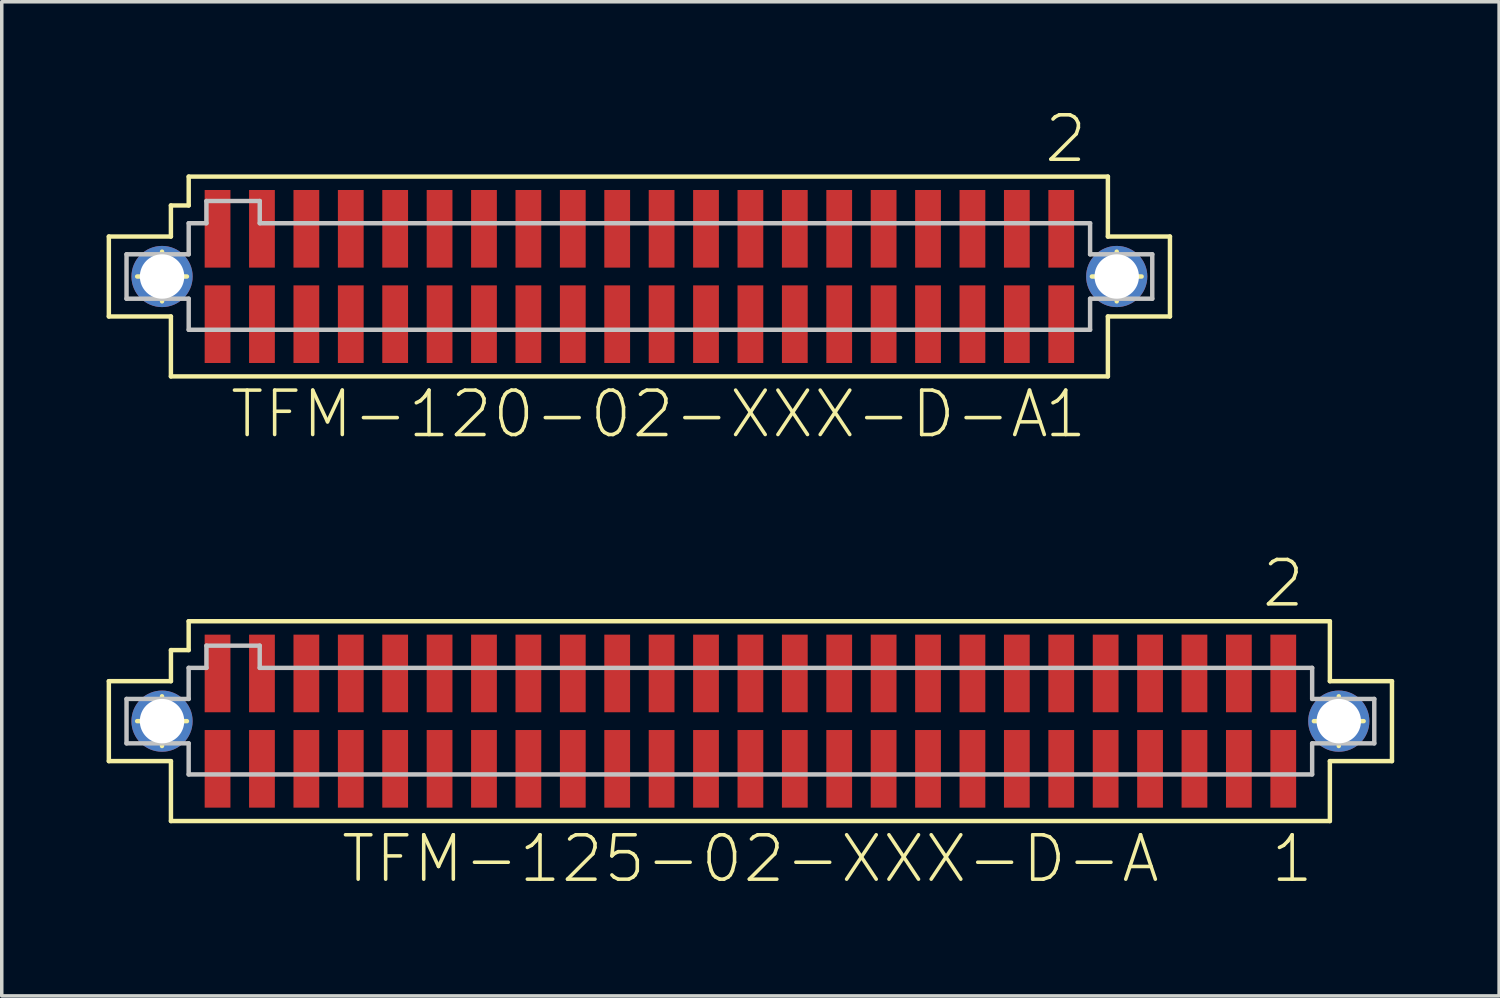
<source format=kicad_pcb>
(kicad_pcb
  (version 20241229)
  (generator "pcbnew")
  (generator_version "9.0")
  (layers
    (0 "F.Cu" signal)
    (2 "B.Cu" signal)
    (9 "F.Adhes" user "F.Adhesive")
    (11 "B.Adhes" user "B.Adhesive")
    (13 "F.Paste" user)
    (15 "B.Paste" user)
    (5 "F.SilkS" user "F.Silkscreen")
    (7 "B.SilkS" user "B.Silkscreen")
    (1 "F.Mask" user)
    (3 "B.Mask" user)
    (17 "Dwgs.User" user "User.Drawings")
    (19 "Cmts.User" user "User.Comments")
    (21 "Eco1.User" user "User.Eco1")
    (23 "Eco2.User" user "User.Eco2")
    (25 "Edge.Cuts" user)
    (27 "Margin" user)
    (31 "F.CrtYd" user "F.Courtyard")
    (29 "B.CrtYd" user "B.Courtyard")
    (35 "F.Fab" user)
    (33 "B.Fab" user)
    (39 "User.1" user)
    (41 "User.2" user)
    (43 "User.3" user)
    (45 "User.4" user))
  (footprint "TFM-125-02-XXX-D-A"
    (layer "F.Cu")
    (at 18.412 17.575)
    (property "Reference" "TFM-125-02-XXX-D-A" (at 0 3.937 0) (layer "F.SilkS") (effects (font (size 1.27 1.27) (thickness 0.102))))
    (attr smd)
    (fp_line (start -18.349 -1.143) (end -16.573 -1.143) (stroke (width 0.127) (type solid)) (layer "F.SilkS"))
    (fp_line (start -18.349 1.143) (end -18.349 -1.143) (stroke (width 0.127) (type solid)) (layer "F.SilkS"))
    (fp_line (start -17.539 0) (end -16.116 0) (stroke (width 0.127) (type solid)) (layer "F.SilkS"))
    (fp_line (start -16.828 0.711) (end -16.828 -0.711) (stroke (width 0.127) (type solid)) (layer "F.SilkS"))
    (fp_line (start -16.573 -2.032) (end -16.066 -2.032) (stroke (width 0.127) (type solid)) (layer "F.SilkS"))
    (fp_line (start -16.573 -1.143) (end -16.573 -2.032) (stroke (width 0.127) (type solid)) (layer "F.SilkS"))
    (fp_line (start -16.573 1.143) (end -18.349 1.143) (stroke (width 0.127) (type solid)) (layer "F.SilkS"))
    (fp_line (start -16.573 2.857) (end -16.573 1.143) (stroke (width 0.127) (type solid)) (layer "F.SilkS"))
    (fp_line (start -16.066 -2.857) (end 16.573 -2.857) (stroke (width 0.127) (type solid)) (layer "F.SilkS"))
    (fp_line (start -16.066 -2.032) (end -16.066 -2.857) (stroke (width 0.127) (type solid)) (layer "F.SilkS"))
    (fp_line (start 16.116 0) (end 17.539 0) (stroke (width 0.127) (type solid)) (layer "F.SilkS"))
    (fp_line (start 16.573 -2.857) (end 16.573 -1.143) (stroke (width 0.127) (type solid)) (layer "F.SilkS"))
    (fp_line (start 16.573 -1.143) (end 18.349 -1.143) (stroke (width 0.127) (type solid)) (layer "F.SilkS"))
    (fp_line (start 16.573 1.143) (end 16.573 2.857) (stroke (width 0.127) (type solid)) (layer "F.SilkS"))
    (fp_line (start 16.573 2.857) (end -16.573 2.857) (stroke (width 0.127) (type solid)) (layer "F.SilkS"))
    (fp_line (start 16.828 0.711) (end 16.828 -0.711) (stroke (width 0.127) (type solid)) (layer "F.SilkS"))
    (fp_line (start 18.349 -1.143) (end 18.349 1.143) (stroke (width 0.127) (type solid)) (layer "F.SilkS"))
    (fp_line (start 18.349 1.143) (end 16.573 1.143) (stroke (width 0.127) (type solid)) (layer "F.SilkS"))
    (fp_circle (center -16.828 0) (end -17.183 0.356) (stroke (width 0.127) (type solid)) (fill no) (layer "F.SilkS"))
    (fp_circle (center 16.828 0) (end 17.183 0.356) (stroke (width 0.127) (type solid)) (fill no) (layer "F.SilkS"))
    (fp_line (start -17.843 -0.635) (end -16.066 -0.635) (stroke (width 0.127) (type solid)) (layer "Dwgs.User"))
    (fp_line (start -17.843 0.635) (end -17.843 -0.635) (stroke (width 0.127) (type solid)) (layer "Dwgs.User"))
    (fp_line (start -16.066 -1.524) (end -15.557 -1.524) (stroke (width 0.127) (type solid)) (layer "Dwgs.User"))
    (fp_line (start -16.066 -0.635) (end -16.066 -1.524) (stroke (width 0.127) (type solid)) (layer "Dwgs.User"))
    (fp_line (start -16.066 0.635) (end -17.843 0.635) (stroke (width 0.127) (type solid)) (layer "Dwgs.User"))
    (fp_line (start -16.066 1.524) (end -16.066 0.635) (stroke (width 0.127) (type solid)) (layer "Dwgs.User"))
    (fp_line (start -15.557 -2.159) (end -14.034 -2.159) (stroke (width 0.127) (type solid)) (layer "Dwgs.User"))
    (fp_line (start -15.557 -1.524) (end -15.557 -2.159) (stroke (width 0.127) (type solid)) (layer "Dwgs.User"))
    (fp_line (start -14.034 -2.159) (end -14.034 -1.524) (stroke (width 0.127) (type solid)) (layer "Dwgs.User"))
    (fp_line (start -14.034 -1.524) (end 16.066 -1.524) (stroke (width 0.127) (type solid)) (layer "Dwgs.User"))
    (fp_line (start 16.066 -1.524) (end 16.066 -0.635) (stroke (width 0.127) (type solid)) (layer "Dwgs.User"))
    (fp_line (start 16.066 -0.635) (end 17.843 -0.635) (stroke (width 0.127) (type solid)) (layer "Dwgs.User"))
    (fp_line (start 16.066 0.635) (end 16.066 1.524) (stroke (width 0.127) (type solid)) (layer "Dwgs.User"))
    (fp_line (start 16.066 1.524) (end -16.066 1.524) (stroke (width 0.127) (type solid)) (layer "Dwgs.User"))
    (fp_line (start 17.843 -0.635) (end 17.843 0.635) (stroke (width 0.127) (type solid)) (layer "Dwgs.User"))
    (fp_line (start 17.843 0.635) (end 16.066 0.635) (stroke (width 0.127) (type solid)) (layer "Dwgs.User"))
    (fp_text user "2" (at 15.24 -3.937 0) (layer "F.SilkS") (effects (font (size 1.27 1.27) (thickness 0.102))))
    (fp_text user "1" (at 15.494 3.937 0) (layer "F.SilkS") (effects (font (size 1.27 1.27) (thickness 0.102))))
    (pad "" np_thru_hole circle (at -16.828 0) (size 1.75 1.75) (drill 1.27) (layers "*.Cu" "*.Mask"))
    (pad "" np_thru_hole circle (at 16.828 0) (size 1.75 1.75) (drill 1.27) (layers "*.Cu" "*.Mask"))
    (pad "1" smd rect (at 15.24 1.364) (size 0.737 2.22) (layers "F.Cu" "F.Mask" "F.Paste"))
    (pad "2" smd rect (at 15.24 -1.364) (size 0.737 2.22) (layers "F.Cu" "F.Mask" "F.Paste"))
    (pad "3" smd rect (at 13.97 1.364) (size 0.737 2.22) (layers "F.Cu" "F.Mask" "F.Paste"))
    (pad "4" smd rect (at 13.97 -1.364) (size 0.737 2.22) (layers "F.Cu" "F.Mask" "F.Paste"))
    (pad "5" smd rect (at 12.7 1.364) (size 0.737 2.22) (layers "F.Cu" "F.Mask" "F.Paste"))
    (pad "6" smd rect (at 12.7 -1.364) (size 0.737 2.22) (layers "F.Cu" "F.Mask" "F.Paste"))
    (pad "7" smd rect (at 11.43 1.364) (size 0.737 2.22) (layers "F.Cu" "F.Mask" "F.Paste"))
    (pad "8" smd rect (at 11.43 -1.364) (size 0.737 2.22) (layers "F.Cu" "F.Mask" "F.Paste"))
    (pad "9" smd rect (at 10.16 1.364) (size 0.737 2.22) (layers "F.Cu" "F.Mask" "F.Paste"))
    (pad "10" smd rect (at 10.16 -1.364) (size 0.737 2.22) (layers "F.Cu" "F.Mask" "F.Paste"))
    (pad "11" smd rect (at 8.89 1.364) (size 0.737 2.22) (layers "F.Cu" "F.Mask" "F.Paste"))
    (pad "12" smd rect (at 8.89 -1.364) (size 0.737 2.22) (layers "F.Cu" "F.Mask" "F.Paste"))
    (pad "13" smd rect (at 7.62 1.364) (size 0.737 2.22) (layers "F.Cu" "F.Mask" "F.Paste"))
    (pad "14" smd rect (at 7.62 -1.364) (size 0.737 2.22) (layers "F.Cu" "F.Mask" "F.Paste"))
    (pad "15" smd rect (at 6.35 1.364) (size 0.737 2.22) (layers "F.Cu" "F.Mask" "F.Paste"))
    (pad "16" smd rect (at 6.35 -1.364) (size 0.737 2.22) (layers "F.Cu" "F.Mask" "F.Paste"))
    (pad "17" smd rect (at 5.08 1.364) (size 0.737 2.22) (layers "F.Cu" "F.Mask" "F.Paste"))
    (pad "18" smd rect (at 5.08 -1.364) (size 0.737 2.22) (layers "F.Cu" "F.Mask" "F.Paste"))
    (pad "19" smd rect (at 3.81 1.364) (size 0.737 2.22) (layers "F.Cu" "F.Mask" "F.Paste"))
    (pad "20" smd rect (at 3.81 -1.364) (size 0.737 2.22) (layers "F.Cu" "F.Mask" "F.Paste"))
    (pad "21" smd rect (at 2.54 1.364) (size 0.737 2.22) (layers "F.Cu" "F.Mask" "F.Paste"))
    (pad "22" smd rect (at 2.54 -1.364) (size 0.737 2.22) (layers "F.Cu" "F.Mask" "F.Paste"))
    (pad "23" smd rect (at 1.27 1.364) (size 0.737 2.22) (layers "F.Cu" "F.Mask" "F.Paste"))
    (pad "24" smd rect (at 1.27 -1.364) (size 0.737 2.22) (layers "F.Cu" "F.Mask" "F.Paste"))
    (pad "25" smd rect (at 0 1.364) (size 0.737 2.22) (layers "F.Cu" "F.Mask" "F.Paste"))
    (pad "26" smd rect (at 0 -1.364) (size 0.737 2.22) (layers "F.Cu" "F.Mask" "F.Paste"))
    (pad "27" smd rect (at -1.27 1.364) (size 0.737 2.22) (layers "F.Cu" "F.Mask" "F.Paste"))
    (pad "28" smd rect (at -1.27 -1.364) (size 0.737 2.22) (layers "F.Cu" "F.Mask" "F.Paste"))
    (pad "29" smd rect (at -2.54 1.364) (size 0.737 2.22) (layers "F.Cu" "F.Mask" "F.Paste"))
    (pad "30" smd rect (at -2.54 -1.364) (size 0.737 2.22) (layers "F.Cu" "F.Mask" "F.Paste"))
    (pad "31" smd rect (at -3.81 1.364) (size 0.737 2.22) (layers "F.Cu" "F.Mask" "F.Paste"))
    (pad "32" smd rect (at -3.81 -1.364) (size 0.737 2.22) (layers "F.Cu" "F.Mask" "F.Paste"))
    (pad "33" smd rect (at -5.08 1.364) (size 0.737 2.22) (layers "F.Cu" "F.Mask" "F.Paste"))
    (pad "34" smd rect (at -5.08 -1.364) (size 0.737 2.22) (layers "F.Cu" "F.Mask" "F.Paste"))
    (pad "35" smd rect (at -6.35 1.364) (size 0.737 2.22) (layers "F.Cu" "F.Mask" "F.Paste"))
    (pad "36" smd rect (at -6.35 -1.364) (size 0.737 2.22) (layers "F.Cu" "F.Mask" "F.Paste"))
    (pad "37" smd rect (at -7.62 1.364) (size 0.737 2.22) (layers "F.Cu" "F.Mask" "F.Paste"))
    (pad "38" smd rect (at -7.62 -1.364) (size 0.737 2.22) (layers "F.Cu" "F.Mask" "F.Paste"))
    (pad "39" smd rect (at -8.89 1.364) (size 0.737 2.22) (layers "F.Cu" "F.Mask" "F.Paste"))
    (pad "40" smd rect (at -8.89 -1.364) (size 0.737 2.22) (layers "F.Cu" "F.Mask" "F.Paste"))
    (pad "41" smd rect (at -10.16 1.364) (size 0.737 2.22) (layers "F.Cu" "F.Mask" "F.Paste"))
    (pad "42" smd rect (at -10.16 -1.364) (size 0.737 2.22) (layers "F.Cu" "F.Mask" "F.Paste"))
    (pad "43" smd rect (at -11.43 1.364) (size 0.737 2.22) (layers "F.Cu" "F.Mask" "F.Paste"))
    (pad "44" smd rect (at -11.43 -1.364) (size 0.737 2.22) (layers "F.Cu" "F.Mask" "F.Paste"))
    (pad "45" smd rect (at -12.7 1.364) (size 0.737 2.22) (layers "F.Cu" "F.Mask" "F.Paste"))
    (pad "46" smd rect (at -12.7 -1.364) (size 0.737 2.22) (layers "F.Cu" "F.Mask" "F.Paste"))
    (pad "47" smd rect (at -13.97 1.364) (size 0.737 2.22) (layers "F.Cu" "F.Mask" "F.Paste"))
    (pad "48" smd rect (at -13.97 -1.364) (size 0.737 2.22) (layers "F.Cu" "F.Mask" "F.Paste"))
    (pad "49" smd rect (at -15.24 1.364) (size 0.737 2.22) (layers "F.Cu" "F.Mask" "F.Paste"))
    (pad "50" smd rect (at -15.24 -1.364) (size 0.737 2.22) (layers "F.Cu" "F.Mask" "F.Paste")))
  (footprint "TFM-120-02-XXX-D-A"
    (layer "F.Cu")
    (at 15.237 4.858)
    (property "Reference" "TFM-120-02-XXX-D-A" (at 0 3.937 0) (layer "F.SilkS") (effects (font (size 1.27 1.27) (thickness 0.102))))
    (attr smd)
    (fp_line (start -15.174 -1.143) (end -13.399 -1.143) (stroke (width 0.127) (type solid)) (layer "F.SilkS"))
    (fp_line (start -15.174 1.143) (end -15.174 -1.143) (stroke (width 0.127) (type solid)) (layer "F.SilkS"))
    (fp_line (start -14.364 0) (end -12.941 0) (stroke (width 0.127) (type solid)) (layer "F.SilkS"))
    (fp_line (start -13.652 0.711) (end -13.652 -0.711) (stroke (width 0.127) (type solid)) (layer "F.SilkS"))
    (fp_line (start -13.399 -2.032) (end -12.89 -2.032) (stroke (width 0.127) (type solid)) (layer "F.SilkS"))
    (fp_line (start -13.399 -1.143) (end -13.399 -2.032) (stroke (width 0.127) (type solid)) (layer "F.SilkS"))
    (fp_line (start -13.399 1.143) (end -15.174 1.143) (stroke (width 0.127) (type solid)) (layer "F.SilkS"))
    (fp_line (start -13.399 2.857) (end -13.399 1.143) (stroke (width 0.127) (type solid)) (layer "F.SilkS"))
    (fp_line (start -12.89 -2.857) (end 13.399 -2.857) (stroke (width 0.127) (type solid)) (layer "F.SilkS"))
    (fp_line (start -12.89 -2.032) (end -12.89 -2.857) (stroke (width 0.127) (type solid)) (layer "F.SilkS"))
    (fp_line (start 12.941 0) (end 14.364 0) (stroke (width 0.127) (type solid)) (layer "F.SilkS"))
    (fp_line (start 13.399 -2.857) (end 13.399 -1.143) (stroke (width 0.127) (type solid)) (layer "F.SilkS"))
    (fp_line (start 13.399 -1.143) (end 15.174 -1.143) (stroke (width 0.127) (type solid)) (layer "F.SilkS"))
    (fp_line (start 13.399 1.143) (end 13.399 2.857) (stroke (width 0.127) (type solid)) (layer "F.SilkS"))
    (fp_line (start 13.399 2.857) (end -13.399 2.857) (stroke (width 0.127) (type solid)) (layer "F.SilkS"))
    (fp_line (start 13.652 0.711) (end 13.652 -0.711) (stroke (width 0.127) (type solid)) (layer "F.SilkS"))
    (fp_line (start 15.174 -1.143) (end 15.174 1.143) (stroke (width 0.127) (type solid)) (layer "F.SilkS"))
    (fp_line (start 15.174 1.143) (end 13.399 1.143) (stroke (width 0.127) (type solid)) (layer "F.SilkS"))
    (fp_circle (center -13.652 0) (end -14.008 0.356) (stroke (width 0.127) (type solid)) (fill no) (layer "F.SilkS"))
    (fp_circle (center 13.652 0) (end 14.008 0.356) (stroke (width 0.127) (type solid)) (fill no) (layer "F.SilkS"))
    (fp_line (start -14.668 -0.635) (end -12.89 -0.635) (stroke (width 0.127) (type solid)) (layer "Dwgs.User"))
    (fp_line (start -14.668 0.635) (end -14.668 -0.635) (stroke (width 0.127) (type solid)) (layer "Dwgs.User"))
    (fp_line (start -12.89 -1.524) (end -12.383 -1.524) (stroke (width 0.127) (type solid)) (layer "Dwgs.User"))
    (fp_line (start -12.89 -0.635) (end -12.89 -1.524) (stroke (width 0.127) (type solid)) (layer "Dwgs.User"))
    (fp_line (start -12.89 0.635) (end -14.668 0.635) (stroke (width 0.127) (type solid)) (layer "Dwgs.User"))
    (fp_line (start -12.89 1.524) (end -12.89 0.635) (stroke (width 0.127) (type solid)) (layer "Dwgs.User"))
    (fp_line (start -12.383 -2.159) (end -10.858 -2.159) (stroke (width 0.127) (type solid)) (layer "Dwgs.User"))
    (fp_line (start -12.383 -1.524) (end -12.383 -2.159) (stroke (width 0.127) (type solid)) (layer "Dwgs.User"))
    (fp_line (start -10.858 -2.159) (end -10.858 -1.524) (stroke (width 0.127) (type solid)) (layer "Dwgs.User"))
    (fp_line (start -10.858 -1.524) (end 12.89 -1.524) (stroke (width 0.127) (type solid)) (layer "Dwgs.User"))
    (fp_line (start 12.89 -1.524) (end 12.89 -0.635) (stroke (width 0.127) (type solid)) (layer "Dwgs.User"))
    (fp_line (start 12.89 -0.635) (end 14.668 -0.635) (stroke (width 0.127) (type solid)) (layer "Dwgs.User"))
    (fp_line (start 12.89 0.635) (end 12.89 1.524) (stroke (width 0.127) (type solid)) (layer "Dwgs.User"))
    (fp_line (start 12.89 1.524) (end -12.89 1.524) (stroke (width 0.127) (type solid)) (layer "Dwgs.User"))
    (fp_line (start 14.668 -0.635) (end 14.668 0.635) (stroke (width 0.127) (type solid)) (layer "Dwgs.User"))
    (fp_line (start 14.668 0.635) (end 12.89 0.635) (stroke (width 0.127) (type solid)) (layer "Dwgs.User"))
    (fp_text user "2" (at 12.192 -3.937 0) (layer "F.SilkS") (effects (font (size 1.27 1.27) (thickness 0.102))))
    (fp_text user "1" (at 12.192 3.937 0) (layer "F.SilkS") (effects (font (size 1.27 1.27) (thickness 0.102))))
    (pad "" np_thru_hole circle (at -13.652 0) (size 1.75 1.75) (drill 1.27) (layers "*.Cu" "*.Mask"))
    (pad "" np_thru_hole circle (at 13.652 0) (size 1.75 1.75) (drill 1.27) (layers "*.Cu" "*.Mask"))
    (pad "1" smd rect (at 12.065 1.364) (size 0.737 2.22) (layers "F.Cu" "F.Mask" "F.Paste"))
    (pad "2" smd rect (at 12.065 -1.364) (size 0.737 2.22) (layers "F.Cu" "F.Mask" "F.Paste"))
    (pad "3" smd rect (at 10.795 1.364) (size 0.737 2.22) (layers "F.Cu" "F.Mask" "F.Paste"))
    (pad "4" smd rect (at 10.795 -1.364) (size 0.737 2.22) (layers "F.Cu" "F.Mask" "F.Paste"))
    (pad "5" smd rect (at 9.525 1.364) (size 0.737 2.22) (layers "F.Cu" "F.Mask" "F.Paste"))
    (pad "6" smd rect (at 9.525 -1.364) (size 0.737 2.22) (layers "F.Cu" "F.Mask" "F.Paste"))
    (pad "7" smd rect (at 8.255 1.364) (size 0.737 2.22) (layers "F.Cu" "F.Mask" "F.Paste"))
    (pad "8" smd rect (at 8.255 -1.364) (size 0.737 2.22) (layers "F.Cu" "F.Mask" "F.Paste"))
    (pad "9" smd rect (at 6.985 1.364) (size 0.737 2.22) (layers "F.Cu" "F.Mask" "F.Paste"))
    (pad "10" smd rect (at 6.985 -1.364) (size 0.737 2.22) (layers "F.Cu" "F.Mask" "F.Paste"))
    (pad "11" smd rect (at 5.715 1.364) (size 0.737 2.22) (layers "F.Cu" "F.Mask" "F.Paste"))
    (pad "12" smd rect (at 5.715 -1.364) (size 0.737 2.22) (layers "F.Cu" "F.Mask" "F.Paste"))
    (pad "13" smd rect (at 4.445 1.364) (size 0.737 2.22) (layers "F.Cu" "F.Mask" "F.Paste"))
    (pad "14" smd rect (at 4.445 -1.364) (size 0.737 2.22) (layers "F.Cu" "F.Mask" "F.Paste"))
    (pad "15" smd rect (at 3.175 1.364) (size 0.737 2.22) (layers "F.Cu" "F.Mask" "F.Paste"))
    (pad "16" smd rect (at 3.175 -1.364) (size 0.737 2.22) (layers "F.Cu" "F.Mask" "F.Paste"))
    (pad "17" smd rect (at 1.905 1.364) (size 0.737 2.22) (layers "F.Cu" "F.Mask" "F.Paste"))
    (pad "18" smd rect (at 1.905 -1.364) (size 0.737 2.22) (layers "F.Cu" "F.Mask" "F.Paste"))
    (pad "19" smd rect (at 0.635 1.364) (size 0.737 2.22) (layers "F.Cu" "F.Mask" "F.Paste"))
    (pad "20" smd rect (at 0.635 -1.364) (size 0.737 2.22) (layers "F.Cu" "F.Mask" "F.Paste"))
    (pad "21" smd rect (at -0.635 1.364) (size 0.737 2.22) (layers "F.Cu" "F.Mask" "F.Paste"))
    (pad "22" smd rect (at -0.635 -1.364) (size 0.737 2.22) (layers "F.Cu" "F.Mask" "F.Paste"))
    (pad "23" smd rect (at -1.905 1.364) (size 0.737 2.22) (layers "F.Cu" "F.Mask" "F.Paste"))
    (pad "24" smd rect (at -1.905 -1.364) (size 0.737 2.22) (layers "F.Cu" "F.Mask" "F.Paste"))
    (pad "25" smd rect (at -3.175 1.364) (size 0.737 2.22) (layers "F.Cu" "F.Mask" "F.Paste"))
    (pad "26" smd rect (at -3.175 -1.364) (size 0.737 2.22) (layers "F.Cu" "F.Mask" "F.Paste"))
    (pad "27" smd rect (at -4.445 1.364) (size 0.737 2.22) (layers "F.Cu" "F.Mask" "F.Paste"))
    (pad "28" smd rect (at -4.445 -1.364) (size 0.737 2.22) (layers "F.Cu" "F.Mask" "F.Paste"))
    (pad "29" smd rect (at -5.715 1.364) (size 0.737 2.22) (layers "F.Cu" "F.Mask" "F.Paste"))
    (pad "30" smd rect (at -5.715 -1.364) (size 0.737 2.22) (layers "F.Cu" "F.Mask" "F.Paste"))
    (pad "31" smd rect (at -6.985 1.364) (size 0.737 2.22) (layers "F.Cu" "F.Mask" "F.Paste"))
    (pad "32" smd rect (at -6.985 -1.364) (size 0.737 2.22) (layers "F.Cu" "F.Mask" "F.Paste"))
    (pad "33" smd rect (at -8.255 1.364) (size 0.737 2.22) (layers "F.Cu" "F.Mask" "F.Paste"))
    (pad "34" smd rect (at -8.255 -1.364) (size 0.737 2.22) (layers "F.Cu" "F.Mask" "F.Paste"))
    (pad "35" smd rect (at -9.525 1.364) (size 0.737 2.22) (layers "F.Cu" "F.Mask" "F.Paste"))
    (pad "36" smd rect (at -9.525 -1.364) (size 0.737 2.22) (layers "F.Cu" "F.Mask" "F.Paste"))
    (pad "37" smd rect (at -10.795 1.364) (size 0.737 2.22) (layers "F.Cu" "F.Mask" "F.Paste"))
    (pad "38" smd rect (at -10.795 -1.364) (size 0.737 2.22) (layers "F.Cu" "F.Mask" "F.Paste"))
    (pad "39" smd rect (at -12.065 1.364) (size 0.737 2.22) (layers "F.Cu" "F.Mask" "F.Paste"))
    (pad "40" smd rect (at -12.065 -1.364) (size 0.737 2.22) (layers "F.Cu" "F.Mask" "F.Paste")))
  (gr_rect
    (start -3 -3)
    (end 39.825 25.433)
    (stroke (width 0.1) (type default))
    (fill no)
    (layer "Edge.Cuts")))
</source>
